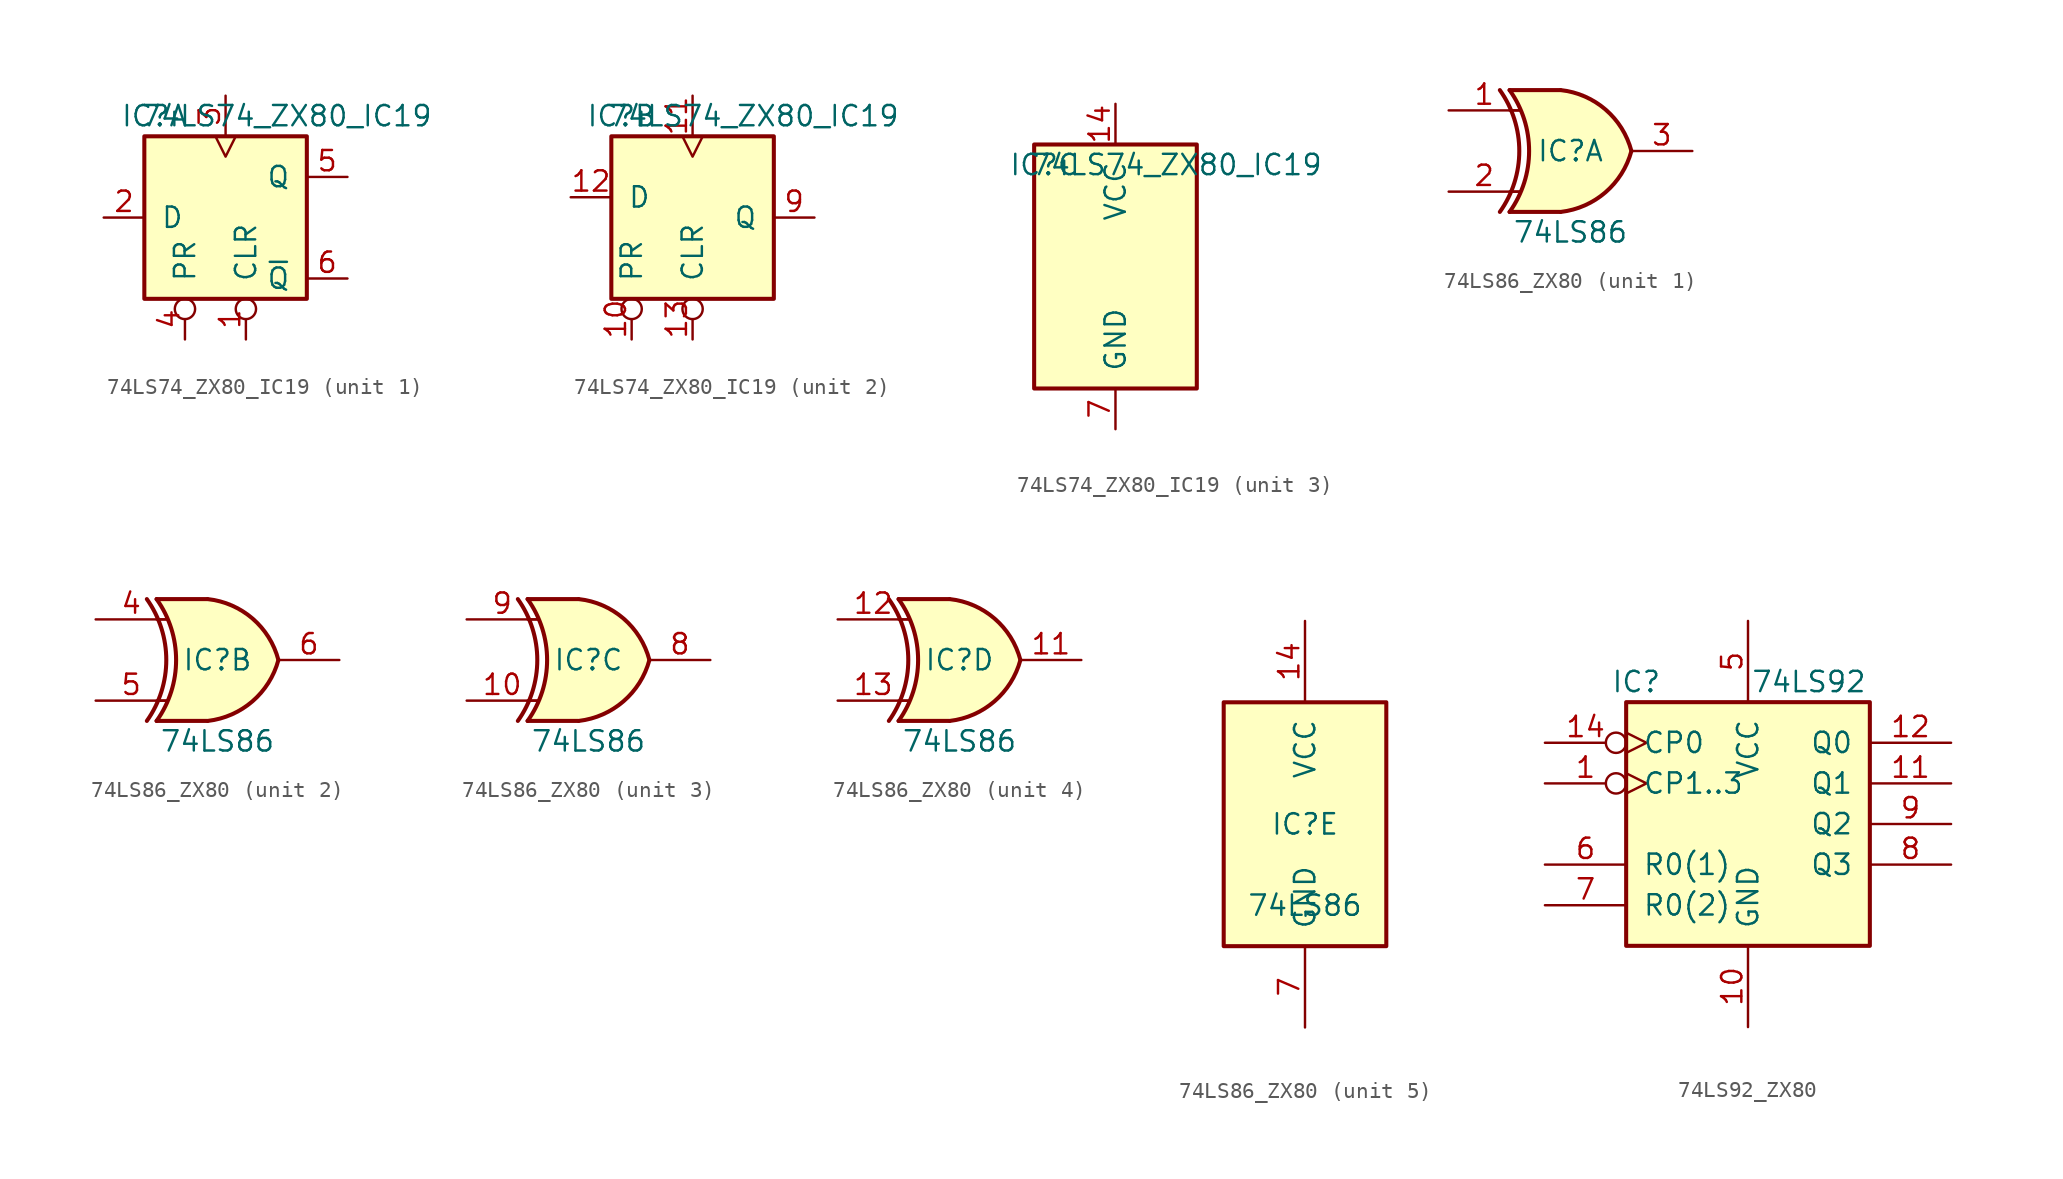
<source format=kicad_sym>
(kicad_symbol_lib
  (version 20220914)
  (generator kicad_symbol_editor)
  (symbol "74LS74_ZX80_IC19"
    (pin_names
      (offset 1.016))
    (property "Reference" "IC"
      (at -4.445 6.35 0)
      (effects (font (size 1.27 1.27))))
    (property "Value" "74LS74_ZX80_IC19"
      (at 3.81 6.35 0)
      (effects (font (size 1.27 1.27))))
    (property "ki_locked" ""
      (at 0 0 0)
      (effects (font (size 1.27 1.27))))
    (symbol "74LS74_ZX80_IC19_1_0"
      (pin input inverted (at 1.27 -7.62 90) (length 2.54) (name "CLR" (effects (font (size 1.27 1.27)))) (number "1" (effects (font (size 1.27 1.27)))))
      (pin input line (at -7.62 0 0) (length 2.54) (name "D" (effects (font (size 1.27 1.27)))) (number "2" (effects (font (size 1.27 1.27)))))
      (pin input clock (at 0 7.62 270) (length 2.54) (name "" (effects (font (size 1.27 1.27)))) (number "3" (effects (font (size 1.27 1.27)))))
      (pin input inverted (at -2.54 -7.62 90) (length 2.54) (name "PR" (effects (font (size 1.27 1.27)))) (number "4" (effects (font (size 1.27 1.27)))))
      (pin output line (at 7.62 2.54 180) (length 2.54) (name "Q" (effects (font (size 1.27 1.27)))) (number "5" (effects (font (size 1.27 1.27)))))
      (pin output line (at 7.62 -3.81 180) (length 2.54) (name "~{Q}" (effects (font (size 1.27 1.27)))) (number "6" (effects (font (size 1.27 1.27))))))
    (symbol "74LS74_ZX80_IC19_1_1"
      (rectangle (start -5.08 5.08) (end 5.08 -5.08) (stroke (width 0.254) (type default)) (fill (type background))))
    (symbol "74LS74_ZX80_IC19_2_0"
      (pin input inverted (at -3.81 -7.62 90) (length 2.54) (name "PR" (effects (font (size 1.27 1.27)))) (number "10" (effects (font (size 1.27 1.27)))))
      (pin input clock (at 0 7.62 270) (length 2.54) (name "" (effects (font (size 1.27 1.27)))) (number "11" (effects (font (size 1.27 1.27)))))
      (pin input line (at -7.62 1.27 0) (length 2.54) (name "D" (effects (font (size 1.27 1.27)))) (number "12" (effects (font (size 1.27 1.27)))))
      (pin input inverted (at 0 -7.62 90) (length 2.54) (name "CLR" (effects (font (size 1.27 1.27)))) (number "13" (effects (font (size 1.27 1.27)))))
      (pin no_connect line (at 7.62 -2.54 180) (length 2.54) hide (name "~{Q}" (effects (font (size 1.27 1.27)))) (number "8" (effects (font (size 1.27 1.27)))))
      (pin output line (at 7.62 0 180) (length 2.54) (name "Q" (effects (font (size 1.27 1.27)))) (number "9" (effects (font (size 1.27 1.27))))))
    (symbol "74LS74_ZX80_IC19_2_1"
      (rectangle (start -5.08 5.08) (end 5.08 -5.08) (stroke (width 0.254) (type default)) (fill (type background))))
    (symbol "74LS74_ZX80_IC19_3_0"
      (pin power_in line (at 0 10.16 270) (length 2.54) (name "VCC" (effects (font (size 1.27 1.27)))) (number "14" (effects (font (size 1.27 1.27)))))
      (pin power_in line (at 0 -10.16 90) (length 2.54) (name "GND" (effects (font (size 1.27 1.27)))) (number "7" (effects (font (size 1.27 1.27))))))
    (symbol "74LS74_ZX80_IC19_3_1"
      (rectangle (start -5.08 7.62) (end 5.08 -7.62) (stroke (width 0.254) (type default)) (fill (type background)))))
  (symbol "74LS86_ZX80"
    (pin_names
      (offset 1.016))
    (property "Reference" "IC"
      (at 0 0 0)
      (effects (font (size 1.27 1.27))))
    (property "Value" "74LS86"
      (at 0 -5.08 0)
      (effects (font (size 1.27 1.27))))
    (property "ki_locked" ""
      (at 0 0 0)
      (effects (font (size 1.27 1.27))))
    (symbol "74LS86_ZX80_1_0"
      (arc (start -4.4196 -3.81) (mid -3.2033 0) (end -4.4196 3.81) (stroke (width 0.254) (type default)) (fill (type none)))
      (arc (start -3.81 -3.81) (mid -2.589 0) (end -3.81 3.81) (stroke (width 0.254) (type default)) (fill (type none)))
      (arc (start -0.6096 -3.81) (mid 2.1842 -2.5851) (end 3.81 0) (stroke (width 0.254) (type default)) (fill (type background)))
      (polyline (pts (xy -3.81 -3.81) (xy -0.635 -3.81)) (stroke (width 0.254) (type default)) (fill (type background)))
      (polyline (pts (xy -3.81 3.81) (xy -0.635 3.81)) (stroke (width 0.254) (type default)) (fill (type background)))
      (polyline (pts (xy -0.635 3.81) (xy -3.81 3.81) (xy -3.81 3.81) (xy -3.556 3.404) (xy -3.023 2.261) (xy -2.692 1.041) (xy -2.616 -0.254) (xy -2.769 -1.499) (xy -3.175 -2.718) (xy -3.81 -3.81) (xy -3.81 -3.81) (xy -0.635 -3.81)) (stroke (width -25.4) (type default)) (fill (type background)))
      (arc (start 3.81 0) (mid 2.1915 2.5936) (end -0.6096 3.81) (stroke (width 0.254) (type default)) (fill (type background)))
      (pin input line (at -7.62 2.54 0) (length 4.445) (name "~" (effects (font (size 1.27 1.27)))) (number "1" (effects (font (size 1.27 1.27)))))
      (pin input line (at -7.62 -2.54 0) (length 4.445) (name "~" (effects (font (size 1.27 1.27)))) (number "2" (effects (font (size 1.27 1.27)))))
      (pin output line (at 7.62 0 180) (length 3.81) (name "~" (effects (font (size 1.27 1.27)))) (number "3" (effects (font (size 1.27 1.27))))))
    (symbol "74LS86_ZX80_1_1"
      (polyline (pts (xy -3.81 -2.54) (xy -3.175 -2.54)) (stroke (width 0.152) (type default)) (fill (type none)))
      (polyline (pts (xy -3.81 2.54) (xy -3.175 2.54)) (stroke (width 0.152) (type default)) (fill (type none))))
    (symbol "74LS86_ZX80_2_0"
      (arc (start -4.4196 -3.81) (mid -3.2033 0) (end -4.4196 3.81) (stroke (width 0.254) (type default)) (fill (type none)))
      (arc (start -3.81 -3.81) (mid -2.589 0) (end -3.81 3.81) (stroke (width 0.254) (type default)) (fill (type none)))
      (arc (start -0.6096 -3.81) (mid 2.1842 -2.5851) (end 3.81 0) (stroke (width 0.254) (type default)) (fill (type background)))
      (polyline (pts (xy -3.81 -3.81) (xy -0.635 -3.81)) (stroke (width 0.254) (type default)) (fill (type background)))
      (polyline (pts (xy -3.81 3.81) (xy -0.635 3.81)) (stroke (width 0.254) (type default)) (fill (type background)))
      (polyline (pts (xy -0.635 3.81) (xy -3.81 3.81) (xy -3.81 3.81) (xy -3.556 3.404) (xy -3.023 2.261) (xy -2.692 1.041) (xy -2.616 -0.254) (xy -2.769 -1.499) (xy -3.175 -2.718) (xy -3.81 -3.81) (xy -3.81 -3.81) (xy -0.635 -3.81)) (stroke (width -25.4) (type default)) (fill (type background)))
      (arc (start 3.81 0) (mid 2.1915 2.5936) (end -0.6096 3.81) (stroke (width 0.254) (type default)) (fill (type background)))
      (pin input line (at -7.62 2.54 0) (length 4.445) (name "~" (effects (font (size 1.27 1.27)))) (number "4" (effects (font (size 1.27 1.27)))))
      (pin input line (at -7.62 -2.54 0) (length 4.445) (name "~" (effects (font (size 1.27 1.27)))) (number "5" (effects (font (size 1.27 1.27)))))
      (pin output line (at 7.62 0 180) (length 3.81) (name "~" (effects (font (size 1.27 1.27)))) (number "6" (effects (font (size 1.27 1.27))))))
    (symbol "74LS86_ZX80_2_1"
      (polyline (pts (xy -3.81 -2.54) (xy -3.175 -2.54)) (stroke (width 0.152) (type default)) (fill (type none)))
      (polyline (pts (xy -3.81 2.54) (xy -3.175 2.54)) (stroke (width 0.152) (type default)) (fill (type none))))
    (symbol "74LS86_ZX80_3_0"
      (arc (start -4.4196 -3.81) (mid -3.2033 0) (end -4.4196 3.81) (stroke (width 0.254) (type default)) (fill (type none)))
      (arc (start -3.81 -3.81) (mid -2.589 0) (end -3.81 3.81) (stroke (width 0.254) (type default)) (fill (type none)))
      (arc (start -0.6096 -3.81) (mid 2.1842 -2.5851) (end 3.81 0) (stroke (width 0.254) (type default)) (fill (type background)))
      (polyline (pts (xy -3.81 -3.81) (xy -0.635 -3.81)) (stroke (width 0.254) (type default)) (fill (type background)))
      (polyline (pts (xy -3.81 3.81) (xy -0.635 3.81)) (stroke (width 0.254) (type default)) (fill (type background)))
      (polyline (pts (xy -0.635 3.81) (xy -3.81 3.81) (xy -3.81 3.81) (xy -3.556 3.404) (xy -3.023 2.261) (xy -2.692 1.041) (xy -2.616 -0.254) (xy -2.769 -1.499) (xy -3.175 -2.718) (xy -3.81 -3.81) (xy -3.81 -3.81) (xy -0.635 -3.81)) (stroke (width -25.4) (type default)) (fill (type background)))
      (arc (start 3.81 0) (mid 2.1915 2.5936) (end -0.6096 3.81) (stroke (width 0.254) (type default)) (fill (type background)))
      (pin input line (at -7.62 -2.54 0) (length 4.445) (name "~" (effects (font (size 1.27 1.27)))) (number "10" (effects (font (size 1.27 1.27)))))
      (pin output line (at 7.62 0 180) (length 3.81) (name "~" (effects (font (size 1.27 1.27)))) (number "8" (effects (font (size 1.27 1.27)))))
      (pin input line (at -7.62 2.54 0) (length 4.445) (name "~" (effects (font (size 1.27 1.27)))) (number "9" (effects (font (size 1.27 1.27))))))
    (symbol "74LS86_ZX80_3_1"
      (polyline (pts (xy -3.81 -2.54) (xy -3.175 -2.54)) (stroke (width 0.152) (type default)) (fill (type none)))
      (polyline (pts (xy -3.81 2.54) (xy -3.175 2.54)) (stroke (width 0.152) (type default)) (fill (type none))))
    (symbol "74LS86_ZX80_4_0"
      (arc (start -4.4196 -3.81) (mid -3.2033 0) (end -4.4196 3.81) (stroke (width 0.254) (type default)) (fill (type none)))
      (arc (start -3.81 -3.81) (mid -2.589 0) (end -3.81 3.81) (stroke (width 0.254) (type default)) (fill (type none)))
      (arc (start -0.6096 -3.81) (mid 2.1842 -2.5851) (end 3.81 0) (stroke (width 0.254) (type default)) (fill (type background)))
      (polyline (pts (xy -3.81 -3.81) (xy -0.635 -3.81)) (stroke (width 0.254) (type default)) (fill (type background)))
      (polyline (pts (xy -3.81 3.81) (xy -0.635 3.81)) (stroke (width 0.254) (type default)) (fill (type background)))
      (polyline (pts (xy -0.635 3.81) (xy -3.81 3.81) (xy -3.81 3.81) (xy -3.556 3.404) (xy -3.023 2.261) (xy -2.692 1.041) (xy -2.616 -0.254) (xy -2.769 -1.499) (xy -3.175 -2.718) (xy -3.81 -3.81) (xy -3.81 -3.81) (xy -0.635 -3.81)) (stroke (width -25.4) (type default)) (fill (type background)))
      (arc (start 3.81 0) (mid 2.1915 2.5936) (end -0.6096 3.81) (stroke (width 0.254) (type default)) (fill (type background)))
      (pin output line (at 7.62 0 180) (length 3.81) (name "~" (effects (font (size 1.27 1.27)))) (number "11" (effects (font (size 1.27 1.27)))))
      (pin input line (at -7.62 2.54 0) (length 4.445) (name "~" (effects (font (size 1.27 1.27)))) (number "12" (effects (font (size 1.27 1.27)))))
      (pin input line (at -7.62 -2.54 0) (length 4.445) (name "~" (effects (font (size 1.27 1.27)))) (number "13" (effects (font (size 1.27 1.27))))))
    (symbol "74LS86_ZX80_4_1"
      (polyline (pts (xy -3.81 -2.54) (xy -3.175 -2.54)) (stroke (width 0.152) (type default)) (fill (type none)))
      (polyline (pts (xy -3.81 2.54) (xy -3.175 2.54)) (stroke (width 0.152) (type default)) (fill (type none))))
    (symbol "74LS86_ZX80_5_0"
      (pin power_in line (at 0 12.7 270) (length 5.08) (name "VCC" (effects (font (size 1.27 1.27)))) (number "14" (effects (font (size 1.27 1.27)))))
      (pin power_in line (at 0 -12.7 90) (length 5.08) (name "GND" (effects (font (size 1.27 1.27)))) (number "7" (effects (font (size 1.27 1.27))))))
    (symbol "74LS86_ZX80_5_1"
      (rectangle (start -5.08 7.62) (end 5.08 -7.62) (stroke (width 0.254) (type default)) (fill (type background)))))
  (symbol "74LS92_ZX80"
    (pin_names
      (offset 1.016))
    (property "Reference" "IC"
      (at -6.985 8.89 0)
      (effects (font (size 1.27 1.27))))
    (property "Value" "74LS92"
      (at 3.81 8.89 0)
      (effects (font (size 1.27 1.27))))
    (symbol "74LS92_ZX80_1_0"
      (pin input inverted_clock (at -12.7 2.54 0) (length 5.08) (name "CP1..3" (effects (font (size 1.27 1.27)))) (number "1" (effects (font (size 1.27 1.27)))))
      (pin power_in line (at 0 -12.7 90) (length 5.08) (name "GND" (effects (font (size 1.27 1.27)))) (number "10" (effects (font (size 1.27 1.27)))))
      (pin output line (at 12.7 2.54 180) (length 5.08) (name "Q1" (effects (font (size 1.27 1.27)))) (number "11" (effects (font (size 1.27 1.27)))))
      (pin output line (at 12.7 5.08 180) (length 5.08) (name "Q0" (effects (font (size 1.27 1.27)))) (number "12" (effects (font (size 1.27 1.27)))))
      (pin input inverted_clock (at -12.7 5.08 0) (length 5.08) (name "CP0" (effects (font (size 1.27 1.27)))) (number "14" (effects (font (size 1.27 1.27)))))
      (pin power_in line (at 0 12.7 270) (length 5.08) (name "VCC" (effects (font (size 1.27 1.27)))) (number "5" (effects (font (size 1.27 1.27)))))
      (pin input line (at -12.7 -2.54 0) (length 5.08) (name "R0(1)" (effects (font (size 1.27 1.27)))) (number "6" (effects (font (size 1.27 1.27)))))
      (pin input line (at -12.7 -5.08 0) (length 5.08) (name "R0(2)" (effects (font (size 1.27 1.27)))) (number "7" (effects (font (size 1.27 1.27)))))
      (pin output line (at 12.7 -2.54 180) (length 5.08) (name "Q3" (effects (font (size 1.27 1.27)))) (number "8" (effects (font (size 1.27 1.27)))))
      (pin output line (at 12.7 0 180) (length 5.08) (name "Q2" (effects (font (size 1.27 1.27)))) (number "9" (effects (font (size 1.27 1.27))))))
    (symbol "74LS92_ZX80_1_1"
      (rectangle (start -7.62 7.62) (end 7.62 -7.62) (stroke (width 0.254) (type default)) (fill (type background))))))
</source>
